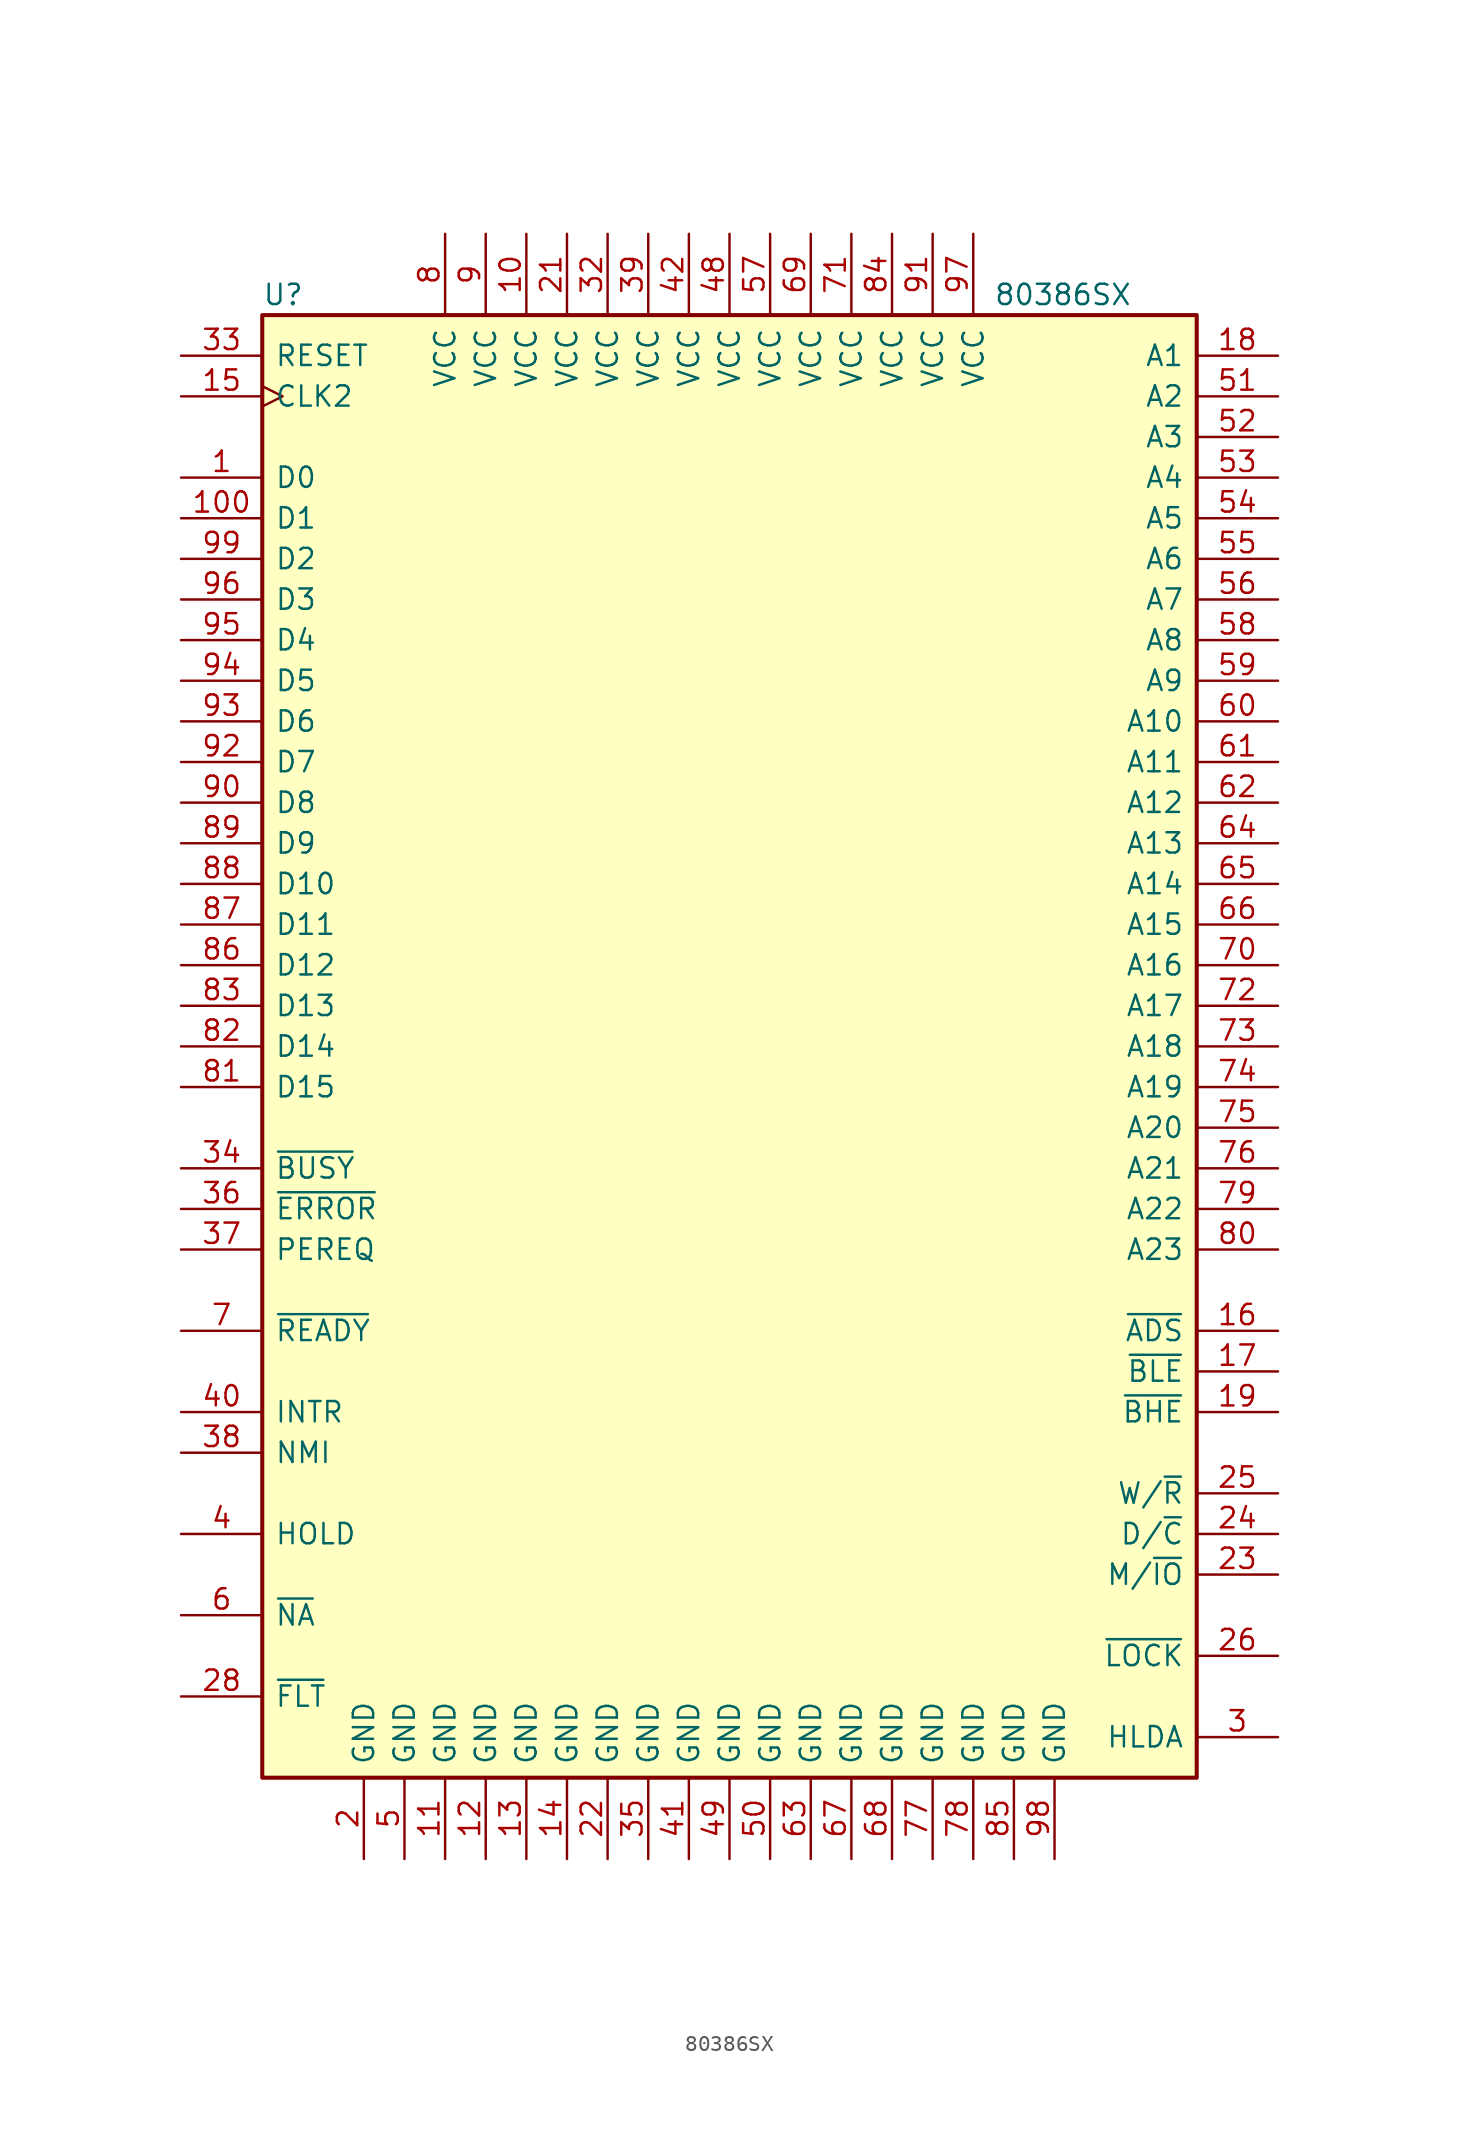
<source format=kicad_sym>
(kicad_symbol_lib
  (version 20211014)
  (generator kicad_symbol_editor)
  (symbol "80386SX"
    (pin_names
      (offset 0.762))
    (property "Reference" "U"
      (at -29.21 46.99 0)
      (effects (font (size 1.27 1.27)) (justify left)))
    (property "Value" "80386SX"
      (at 16.51 46.99 0)
      (effects (font (size 1.27 1.27)) (justify left)))
    (symbol "80386SX_1_1"
      (rectangle (start -29.21 45.72) (end 29.21 -45.72) (stroke (width 0.254) (type default) (color 0 0 0 0)) (fill (type background)))
      (pin tri_state line (at -34.29 35.56 0) (length 5.08) (name "D0" (effects (font (size 1.27 1.27)))) (number "1" (effects (font (size 1.27 1.27)))))
      (pin power_in line (at -12.7 50.8 270) (length 5.08) (name "VCC" (effects (font (size 1.27 1.27)))) (number "10" (effects (font (size 1.27 1.27)))))
      (pin tri_state line (at -34.29 33.02 0) (length 5.08) (name "D1" (effects (font (size 1.27 1.27)))) (number "100" (effects (font (size 1.27 1.27)))))
      (pin power_in line (at -17.78 -50.8 90) (length 5.08) (name "GND" (effects (font (size 1.27 1.27)))) (number "11" (effects (font (size 1.27 1.27)))))
      (pin power_in line (at -15.24 -50.8 90) (length 5.08) (name "GND" (effects (font (size 1.27 1.27)))) (number "12" (effects (font (size 1.27 1.27)))))
      (pin power_in line (at -12.7 -50.8 90) (length 5.08) (name "GND" (effects (font (size 1.27 1.27)))) (number "13" (effects (font (size 1.27 1.27)))))
      (pin power_in line (at -10.16 -50.8 90) (length 5.08) (name "GND" (effects (font (size 1.27 1.27)))) (number "14" (effects (font (size 1.27 1.27)))))
      (pin input clock (at -34.29 40.64 0) (length 5.08) (name "CLK2" (effects (font (size 1.27 1.27)))) (number "15" (effects (font (size 1.27 1.27)))))
      (pin output line (at 34.29 -17.78 180) (length 5.08) (name "~{ADS}" (effects (font (size 1.27 1.27)))) (number "16" (effects (font (size 1.27 1.27)))))
      (pin output line (at 34.29 -20.32 180) (length 5.08) (name "~{BLE}" (effects (font (size 1.27 1.27)))) (number "17" (effects (font (size 1.27 1.27)))))
      (pin tri_state line (at 34.29 43.18 180) (length 5.08) (name "A1" (effects (font (size 1.27 1.27)))) (number "18" (effects (font (size 1.27 1.27)))))
      (pin output line (at 34.29 -22.86 180) (length 5.08) (name "~{BHE}" (effects (font (size 1.27 1.27)))) (number "19" (effects (font (size 1.27 1.27)))))
      (pin power_in line (at -22.86 -50.8 90) (length 5.08) (name "GND" (effects (font (size 1.27 1.27)))) (number "2" (effects (font (size 1.27 1.27)))))
      (pin power_in line (at -10.16 50.8 270) (length 5.08) (name "VCC" (effects (font (size 1.27 1.27)))) (number "21" (effects (font (size 1.27 1.27)))))
      (pin power_in line (at -7.62 -50.8 90) (length 5.08) (name "GND" (effects (font (size 1.27 1.27)))) (number "22" (effects (font (size 1.27 1.27)))))
      (pin output line (at 34.29 -33.02 180) (length 5.08) (name "M/~{IO}" (effects (font (size 1.27 1.27)))) (number "23" (effects (font (size 1.27 1.27)))))
      (pin output line (at 34.29 -30.48 180) (length 5.08) (name "D/~{C}" (effects (font (size 1.27 1.27)))) (number "24" (effects (font (size 1.27 1.27)))))
      (pin output line (at 34.29 -27.94 180) (length 5.08) (name "W/~{R}" (effects (font (size 1.27 1.27)))) (number "25" (effects (font (size 1.27 1.27)))))
      (pin output line (at 34.29 -38.1 180) (length 5.08) (name "~{LOCK}" (effects (font (size 1.27 1.27)))) (number "26" (effects (font (size 1.27 1.27)))))
      (pin input line (at -34.29 -40.64 0) (length 5.08) (name "~{FLT}" (effects (font (size 1.27 1.27)))) (number "28" (effects (font (size 1.27 1.27)))))
      (pin output line (at 34.29 -43.18 180) (length 5.08) (name "HLDA" (effects (font (size 1.27 1.27)))) (number "3" (effects (font (size 1.27 1.27)))))
      (pin power_in line (at -7.62 50.8 270) (length 5.08) (name "VCC" (effects (font (size 1.27 1.27)))) (number "32" (effects (font (size 1.27 1.27)))))
      (pin input line (at -34.29 43.18 0) (length 5.08) (name "RESET" (effects (font (size 1.27 1.27)))) (number "33" (effects (font (size 1.27 1.27)))))
      (pin input line (at -34.29 -7.62 0) (length 5.08) (name "~{BUSY}" (effects (font (size 1.27 1.27)))) (number "34" (effects (font (size 1.27 1.27)))))
      (pin power_in line (at -5.08 -50.8 90) (length 5.08) (name "GND" (effects (font (size 1.27 1.27)))) (number "35" (effects (font (size 1.27 1.27)))))
      (pin input line (at -34.29 -10.16 0) (length 5.08) (name "~{ERROR}" (effects (font (size 1.27 1.27)))) (number "36" (effects (font (size 1.27 1.27)))))
      (pin input line (at -34.29 -12.7 0) (length 5.08) (name "PEREQ" (effects (font (size 1.27 1.27)))) (number "37" (effects (font (size 1.27 1.27)))))
      (pin input line (at -34.29 -25.4 0) (length 5.08) (name "NMI" (effects (font (size 1.27 1.27)))) (number "38" (effects (font (size 1.27 1.27)))))
      (pin power_in line (at -5.08 50.8 270) (length 5.08) (name "VCC" (effects (font (size 1.27 1.27)))) (number "39" (effects (font (size 1.27 1.27)))))
      (pin input line (at -34.29 -30.48 0) (length 5.08) (name "HOLD" (effects (font (size 1.27 1.27)))) (number "4" (effects (font (size 1.27 1.27)))))
      (pin input line (at -34.29 -22.86 0) (length 5.08) (name "INTR" (effects (font (size 1.27 1.27)))) (number "40" (effects (font (size 1.27 1.27)))))
      (pin power_in line (at -2.54 -50.8 90) (length 5.08) (name "GND" (effects (font (size 1.27 1.27)))) (number "41" (effects (font (size 1.27 1.27)))))
      (pin power_in line (at -2.54 50.8 270) (length 5.08) (name "VCC" (effects (font (size 1.27 1.27)))) (number "42" (effects (font (size 1.27 1.27)))))
      (pin power_in line (at 0 50.8 270) (length 5.08) (name "VCC" (effects (font (size 1.27 1.27)))) (number "48" (effects (font (size 1.27 1.27)))))
      (pin power_in line (at 0 -50.8 90) (length 5.08) (name "GND" (effects (font (size 1.27 1.27)))) (number "49" (effects (font (size 1.27 1.27)))))
      (pin power_in line (at -20.32 -50.8 90) (length 5.08) (name "GND" (effects (font (size 1.27 1.27)))) (number "5" (effects (font (size 1.27 1.27)))))
      (pin power_in line (at 2.54 -50.8 90) (length 5.08) (name "GND" (effects (font (size 1.27 1.27)))) (number "50" (effects (font (size 1.27 1.27)))))
      (pin tri_state line (at 34.29 40.64 180) (length 5.08) (name "A2" (effects (font (size 1.27 1.27)))) (number "51" (effects (font (size 1.27 1.27)))))
      (pin tri_state line (at 34.29 38.1 180) (length 5.08) (name "A3" (effects (font (size 1.27 1.27)))) (number "52" (effects (font (size 1.27 1.27)))))
      (pin tri_state line (at 34.29 35.56 180) (length 5.08) (name "A4" (effects (font (size 1.27 1.27)))) (number "53" (effects (font (size 1.27 1.27)))))
      (pin tri_state line (at 34.29 33.02 180) (length 5.08) (name "A5" (effects (font (size 1.27 1.27)))) (number "54" (effects (font (size 1.27 1.27)))))
      (pin tri_state line (at 34.29 30.48 180) (length 5.08) (name "A6" (effects (font (size 1.27 1.27)))) (number "55" (effects (font (size 1.27 1.27)))))
      (pin tri_state line (at 34.29 27.94 180) (length 5.08) (name "A7" (effects (font (size 1.27 1.27)))) (number "56" (effects (font (size 1.27 1.27)))))
      (pin power_in line (at 2.54 50.8 270) (length 5.08) (name "VCC" (effects (font (size 1.27 1.27)))) (number "57" (effects (font (size 1.27 1.27)))))
      (pin tri_state line (at 34.29 25.4 180) (length 5.08) (name "A8" (effects (font (size 1.27 1.27)))) (number "58" (effects (font (size 1.27 1.27)))))
      (pin tri_state line (at 34.29 22.86 180) (length 5.08) (name "A9" (effects (font (size 1.27 1.27)))) (number "59" (effects (font (size 1.27 1.27)))))
      (pin input line (at -34.29 -35.56 0) (length 5.08) (name "~{NA}" (effects (font (size 1.27 1.27)))) (number "6" (effects (font (size 1.27 1.27)))))
      (pin tri_state line (at 34.29 20.32 180) (length 5.08) (name "A10" (effects (font (size 1.27 1.27)))) (number "60" (effects (font (size 1.27 1.27)))))
      (pin tri_state line (at 34.29 17.78 180) (length 5.08) (name "A11" (effects (font (size 1.27 1.27)))) (number "61" (effects (font (size 1.27 1.27)))))
      (pin tri_state line (at 34.29 15.24 180) (length 5.08) (name "A12" (effects (font (size 1.27 1.27)))) (number "62" (effects (font (size 1.27 1.27)))))
      (pin power_in line (at 5.08 -50.8 90) (length 5.08) (name "GND" (effects (font (size 1.27 1.27)))) (number "63" (effects (font (size 1.27 1.27)))))
      (pin tri_state line (at 34.29 12.7 180) (length 5.08) (name "A13" (effects (font (size 1.27 1.27)))) (number "64" (effects (font (size 1.27 1.27)))))
      (pin tri_state line (at 34.29 10.16 180) (length 5.08) (name "A14" (effects (font (size 1.27 1.27)))) (number "65" (effects (font (size 1.27 1.27)))))
      (pin tri_state line (at 34.29 7.62 180) (length 5.08) (name "A15" (effects (font (size 1.27 1.27)))) (number "66" (effects (font (size 1.27 1.27)))))
      (pin power_in line (at 7.62 -50.8 90) (length 5.08) (name "GND" (effects (font (size 1.27 1.27)))) (number "67" (effects (font (size 1.27 1.27)))))
      (pin power_in line (at 10.16 -50.8 90) (length 5.08) (name "GND" (effects (font (size 1.27 1.27)))) (number "68" (effects (font (size 1.27 1.27)))))
      (pin power_in line (at 5.08 50.8 270) (length 5.08) (name "VCC" (effects (font (size 1.27 1.27)))) (number "69" (effects (font (size 1.27 1.27)))))
      (pin input line (at -34.29 -17.78 0) (length 5.08) (name "~{READY}" (effects (font (size 1.27 1.27)))) (number "7" (effects (font (size 1.27 1.27)))))
      (pin tri_state line (at 34.29 5.08 180) (length 5.08) (name "A16" (effects (font (size 1.27 1.27)))) (number "70" (effects (font (size 1.27 1.27)))))
      (pin power_in line (at 7.62 50.8 270) (length 5.08) (name "VCC" (effects (font (size 1.27 1.27)))) (number "71" (effects (font (size 1.27 1.27)))))
      (pin tri_state line (at 34.29 2.54 180) (length 5.08) (name "A17" (effects (font (size 1.27 1.27)))) (number "72" (effects (font (size 1.27 1.27)))))
      (pin tri_state line (at 34.29 0 180) (length 5.08) (name "A18" (effects (font (size 1.27 1.27)))) (number "73" (effects (font (size 1.27 1.27)))))
      (pin tri_state line (at 34.29 -2.54 180) (length 5.08) (name "A19" (effects (font (size 1.27 1.27)))) (number "74" (effects (font (size 1.27 1.27)))))
      (pin tri_state line (at 34.29 -5.08 180) (length 5.08) (name "A20" (effects (font (size 1.27 1.27)))) (number "75" (effects (font (size 1.27 1.27)))))
      (pin tri_state line (at 34.29 -7.62 180) (length 5.08) (name "A21" (effects (font (size 1.27 1.27)))) (number "76" (effects (font (size 1.27 1.27)))))
      (pin power_in line (at 12.7 -50.8 90) (length 5.08) (name "GND" (effects (font (size 1.27 1.27)))) (number "77" (effects (font (size 1.27 1.27)))))
      (pin power_in line (at 15.24 -50.8 90) (length 5.08) (name "GND" (effects (font (size 1.27 1.27)))) (number "78" (effects (font (size 1.27 1.27)))))
      (pin tri_state line (at 34.29 -10.16 180) (length 5.08) (name "A22" (effects (font (size 1.27 1.27)))) (number "79" (effects (font (size 1.27 1.27)))))
      (pin power_in line (at -17.78 50.8 270) (length 5.08) (name "VCC" (effects (font (size 1.27 1.27)))) (number "8" (effects (font (size 1.27 1.27)))))
      (pin tri_state line (at 34.29 -12.7 180) (length 5.08) (name "A23" (effects (font (size 1.27 1.27)))) (number "80" (effects (font (size 1.27 1.27)))))
      (pin tri_state line (at -34.29 -2.54 0) (length 5.08) (name "D15" (effects (font (size 1.27 1.27)))) (number "81" (effects (font (size 1.27 1.27)))))
      (pin tri_state line (at -34.29 0 0) (length 5.08) (name "D14" (effects (font (size 1.27 1.27)))) (number "82" (effects (font (size 1.27 1.27)))))
      (pin tri_state line (at -34.29 2.54 0) (length 5.08) (name "D13" (effects (font (size 1.27 1.27)))) (number "83" (effects (font (size 1.27 1.27)))))
      (pin power_in line (at 10.16 50.8 270) (length 5.08) (name "VCC" (effects (font (size 1.27 1.27)))) (number "84" (effects (font (size 1.27 1.27)))))
      (pin power_in line (at 17.78 -50.8 90) (length 5.08) (name "GND" (effects (font (size 1.27 1.27)))) (number "85" (effects (font (size 1.27 1.27)))))
      (pin tri_state line (at -34.29 5.08 0) (length 5.08) (name "D12" (effects (font (size 1.27 1.27)))) (number "86" (effects (font (size 1.27 1.27)))))
      (pin tri_state line (at -34.29 7.62 0) (length 5.08) (name "D11" (effects (font (size 1.27 1.27)))) (number "87" (effects (font (size 1.27 1.27)))))
      (pin tri_state line (at -34.29 10.16 0) (length 5.08) (name "D10" (effects (font (size 1.27 1.27)))) (number "88" (effects (font (size 1.27 1.27)))))
      (pin tri_state line (at -34.29 12.7 0) (length 5.08) (name "D9" (effects (font (size 1.27 1.27)))) (number "89" (effects (font (size 1.27 1.27)))))
      (pin power_in line (at -15.24 50.8 270) (length 5.08) (name "VCC" (effects (font (size 1.27 1.27)))) (number "9" (effects (font (size 1.27 1.27)))))
      (pin tri_state line (at -34.29 15.24 0) (length 5.08) (name "D8" (effects (font (size 1.27 1.27)))) (number "90" (effects (font (size 1.27 1.27)))))
      (pin power_in line (at 12.7 50.8 270) (length 5.08) (name "VCC" (effects (font (size 1.27 1.27)))) (number "91" (effects (font (size 1.27 1.27)))))
      (pin tri_state line (at -34.29 17.78 0) (length 5.08) (name "D7" (effects (font (size 1.27 1.27)))) (number "92" (effects (font (size 1.27 1.27)))))
      (pin tri_state line (at -34.29 20.32 0) (length 5.08) (name "D6" (effects (font (size 1.27 1.27)))) (number "93" (effects (font (size 1.27 1.27)))))
      (pin tri_state line (at -34.29 22.86 0) (length 5.08) (name "D5" (effects (font (size 1.27 1.27)))) (number "94" (effects (font (size 1.27 1.27)))))
      (pin tri_state line (at -34.29 25.4 0) (length 5.08) (name "D4" (effects (font (size 1.27 1.27)))) (number "95" (effects (font (size 1.27 1.27)))))
      (pin tri_state line (at -34.29 27.94 0) (length 5.08) (name "D3" (effects (font (size 1.27 1.27)))) (number "96" (effects (font (size 1.27 1.27)))))
      (pin power_in line (at 15.24 50.8 270) (length 5.08) (name "VCC" (effects (font (size 1.27 1.27)))) (number "97" (effects (font (size 1.27 1.27)))))
      (pin power_in line (at 20.32 -50.8 90) (length 5.08) (name "GND" (effects (font (size 1.27 1.27)))) (number "98" (effects (font (size 1.27 1.27)))))
      (pin tri_state line (at -34.29 30.48 0) (length 5.08) (name "D2" (effects (font (size 1.27 1.27)))) (number "99" (effects (font (size 1.27 1.27))))))))
</source>
